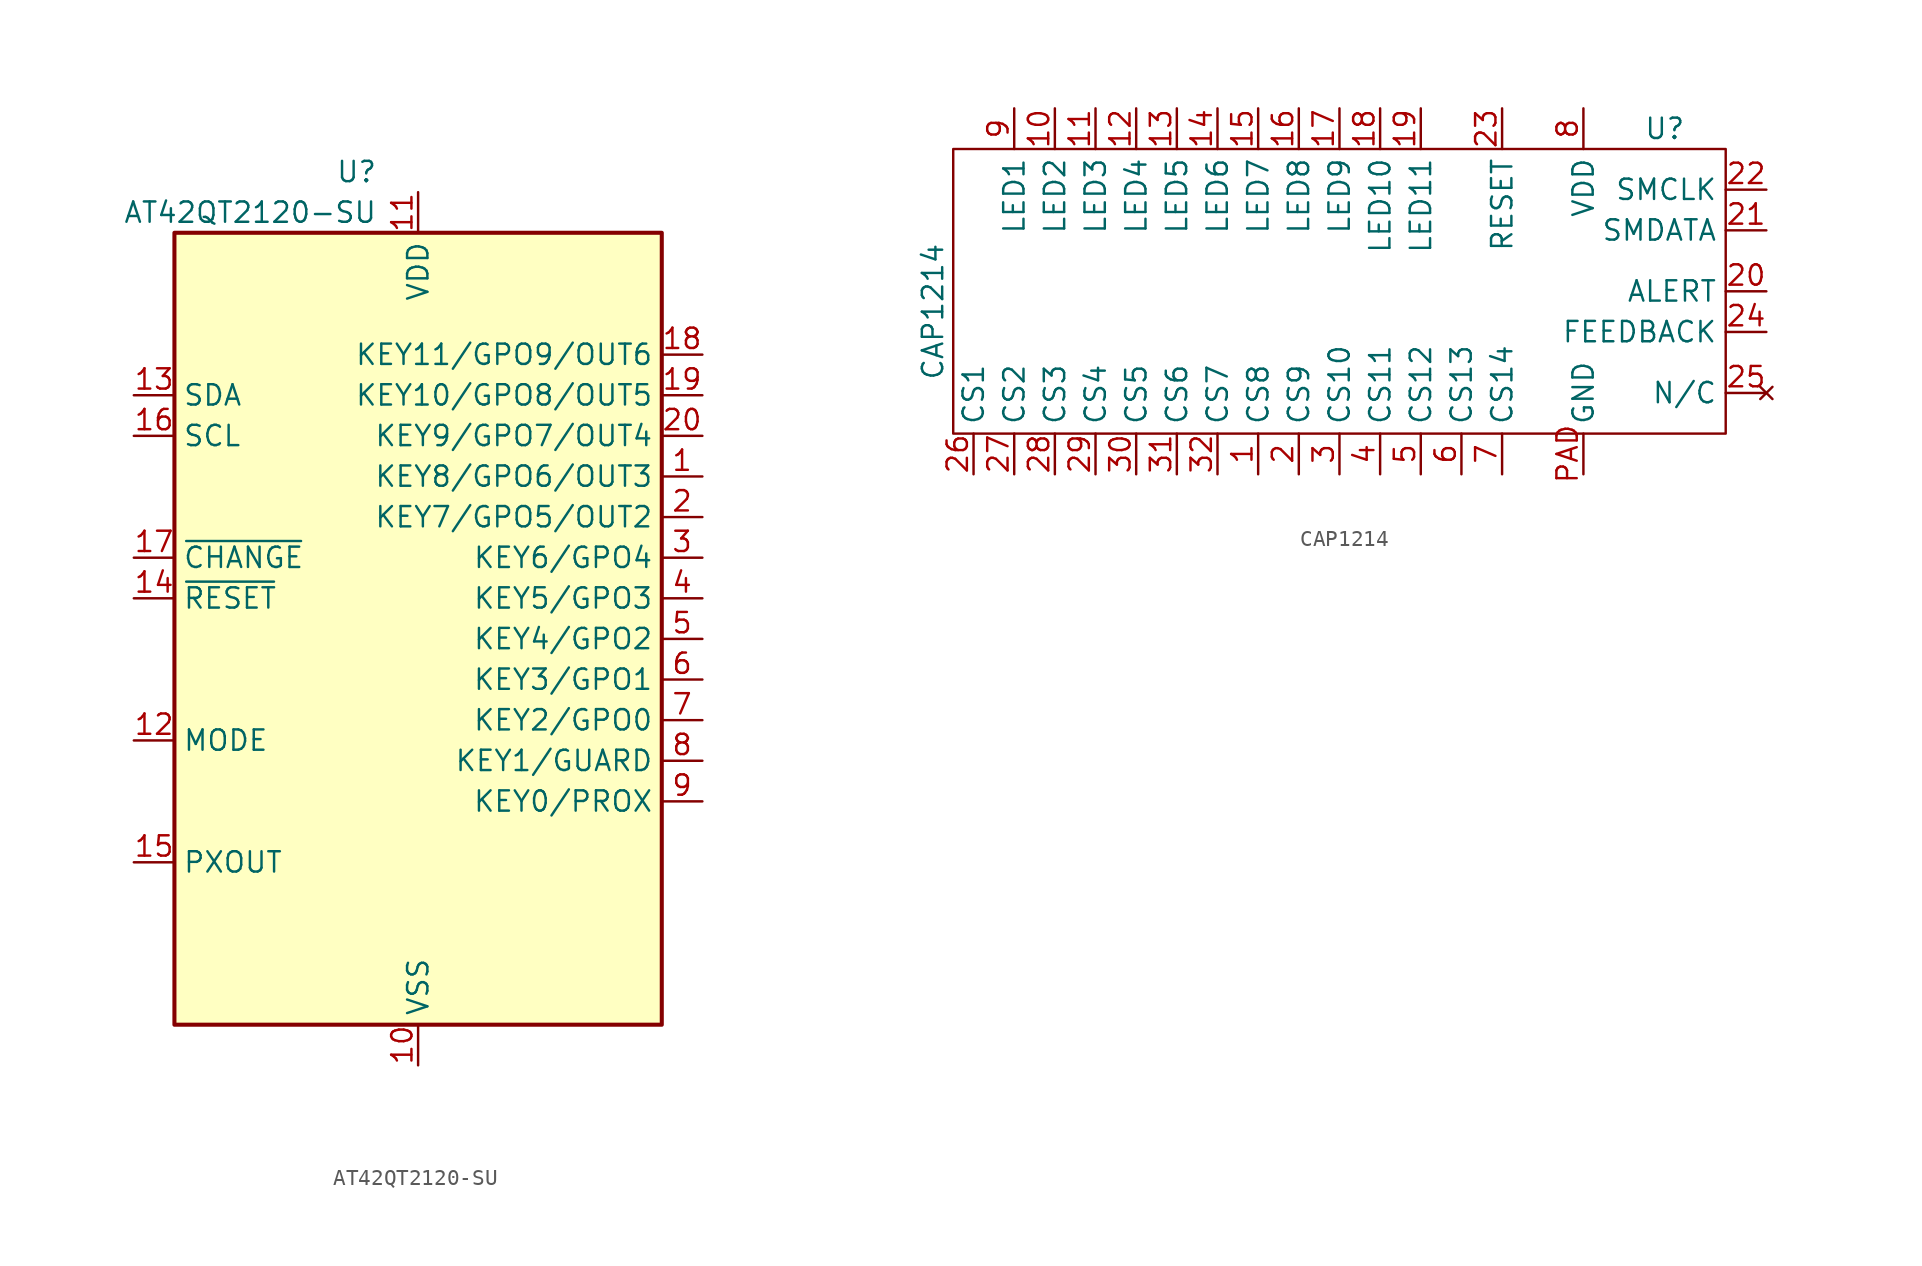
<source format=kicad_sym>
(kicad_symbol_lib
  (version 20211014)
  (generator kicad_symbol_editor)
  (symbol "AT42QT2120-SU"
    (property "Reference" "U"
      (at -2.54 39.37 0)
      (effects (font (size 1.27 1.27)) (justify right)))
    (property "Value" "AT42QT2120-SU"
      (at -2.54 36.83 0)
      (effects (font (size 1.27 1.27)) (justify right)))
    (symbol "AT42QT2120-SU_0_1"
      (rectangle (start -15.24 35.56) (end 15.24 -13.97) (stroke (width 0.254) (type default) (color 0 0 0 0)) (fill (type background))))
    (symbol "AT42QT2120-SU_1_1"
      (pin passive line (at 17.78 20.32 180) (length 2.54) (name "KEY8/GPO6/OUT3" (effects (font (size 1.27 1.27)))) (number "1" (effects (font (size 1.27 1.27)))))
      (pin passive line (at 0 -16.51 90) (length 2.54) hide (name "VSS" (effects (font (size 1.27 1.27)))) (number "10" (effects (font (size 1.27 1.27)))))
      (pin power_in line (at 0 -16.51 90) (length 2.54) (name "VSS" (effects (font (size 1.27 1.27)))) (number "10" (effects (font (size 1.27 1.27)))))
      (pin power_in line (at 0 38.1 270) (length 2.54) (name "VDD" (effects (font (size 1.27 1.27)))) (number "11" (effects (font (size 1.27 1.27)))))
      (pin input line (at -17.78 3.81 0) (length 2.54) (name "MODE" (effects (font (size 1.27 1.27)))) (number "12" (effects (font (size 1.27 1.27)))))
      (pin bidirectional line (at -17.78 25.4 0) (length 2.54) (name "SDA" (effects (font (size 1.27 1.27)))) (number "13" (effects (font (size 1.27 1.27)))))
      (pin input line (at -17.78 12.7 0) (length 2.54) (name "~{RESET}" (effects (font (size 1.27 1.27)))) (number "14" (effects (font (size 1.27 1.27)))))
      (pin output line (at -17.78 -3.81 0) (length 2.54) (name "PXOUT" (effects (font (size 1.27 1.27)))) (number "15" (effects (font (size 1.27 1.27)))))
      (pin input line (at -17.78 22.86 0) (length 2.54) (name "SCL" (effects (font (size 1.27 1.27)))) (number "16" (effects (font (size 1.27 1.27)))))
      (pin open_collector line (at -17.78 15.24 0) (length 2.54) (name "~{CHANGE}" (effects (font (size 1.27 1.27)))) (number "17" (effects (font (size 1.27 1.27)))))
      (pin passive line (at 17.78 27.94 180) (length 2.54) (name "KEY11/GPO9/OUT6" (effects (font (size 1.27 1.27)))) (number "18" (effects (font (size 1.27 1.27)))))
      (pin passive line (at 0 38.1 270) (length 2.54) hide (name "VDD" (effects (font (size 1.27 1.27)))) (number "18" (effects (font (size 1.27 1.27)))))
      (pin passive line (at 17.78 25.4 180) (length 2.54) (name "KEY10/GPO8/OUT5" (effects (font (size 1.27 1.27)))) (number "19" (effects (font (size 1.27 1.27)))))
      (pin passive line (at 17.78 17.78 180) (length 2.54) (name "KEY7/GPO5/OUT2" (effects (font (size 1.27 1.27)))) (number "2" (effects (font (size 1.27 1.27)))))
      (pin passive line (at 17.78 22.86 180) (length 2.54) (name "KEY9/GPO7/OUT4" (effects (font (size 1.27 1.27)))) (number "20" (effects (font (size 1.27 1.27)))))
      (pin passive line (at 17.78 15.24 180) (length 2.54) (name "KEY6/GPO4" (effects (font (size 1.27 1.27)))) (number "3" (effects (font (size 1.27 1.27)))))
      (pin passive line (at 0 -16.51 90) (length 2.54) hide (name "VSS" (effects (font (size 1.27 1.27)))) (number "33" (effects (font (size 1.27 1.27)))))
      (pin passive line (at 17.78 12.7 180) (length 2.54) (name "KEY5/GPO3" (effects (font (size 1.27 1.27)))) (number "4" (effects (font (size 1.27 1.27)))))
      (pin passive line (at 17.78 10.16 180) (length 2.54) (name "KEY4/GPO2" (effects (font (size 1.27 1.27)))) (number "5" (effects (font (size 1.27 1.27)))))
      (pin passive line (at 17.78 7.62 180) (length 2.54) (name "KEY3/GPO1" (effects (font (size 1.27 1.27)))) (number "6" (effects (font (size 1.27 1.27)))))
      (pin passive line (at 17.78 5.08 180) (length 2.54) (name "KEY2/GPO0" (effects (font (size 1.27 1.27)))) (number "7" (effects (font (size 1.27 1.27)))))
      (pin passive line (at 17.78 2.54 180) (length 2.54) (name "KEY1/GUARD" (effects (font (size 1.27 1.27)))) (number "8" (effects (font (size 1.27 1.27)))))
      (pin passive line (at 17.78 0 180) (length 2.54) (name "KEY0/PROX" (effects (font (size 1.27 1.27)))) (number "9" (effects (font (size 1.27 1.27)))))))
  (symbol "CAP1214"
    (property "Reference" "U"
      (at 26.67 15.24 0)
      (effects (font (size 1.27 1.27))))
    (property "Value" "CAP1214"
      (at -19.05 3.81 90)
      (effects (font (size 1.27 1.27))))
    (symbol "CAP1214_0_1"
      (rectangle (start -17.78 13.97) (end 30.48 -3.81) (stroke (width 0.152) (type default) (color 0 0 0 0)) (fill (type none))))
    (symbol "CAP1214_1_1"
      (pin bidirectional line (at 1.27 -6.35 90) (length 2.54) (name "CS8" (effects (font (size 1.27 1.27)))) (number "1" (effects (font (size 1.27 1.27)))))
      (pin open_collector line (at -11.43 16.51 270) (length 2.54) (name "LED2" (effects (font (size 1.27 1.27)))) (number "10" (effects (font (size 1.27 1.27)))))
      (pin open_collector line (at -8.89 16.51 270) (length 2.54) (name "LED3" (effects (font (size 1.27 1.27)))) (number "11" (effects (font (size 1.27 1.27)))))
      (pin open_collector line (at -6.35 16.51 270) (length 2.54) (name "LED4" (effects (font (size 1.27 1.27)))) (number "12" (effects (font (size 1.27 1.27)))))
      (pin open_collector line (at -3.81 16.51 270) (length 2.54) (name "LED5" (effects (font (size 1.27 1.27)))) (number "13" (effects (font (size 1.27 1.27)))))
      (pin open_collector line (at -1.27 16.51 270) (length 2.54) (name "LED6" (effects (font (size 1.27 1.27)))) (number "14" (effects (font (size 1.27 1.27)))))
      (pin open_collector line (at 1.27 16.51 270) (length 2.54) (name "LED7" (effects (font (size 1.27 1.27)))) (number "15" (effects (font (size 1.27 1.27)))))
      (pin open_collector line (at 3.81 16.51 270) (length 2.54) (name "LED8" (effects (font (size 1.27 1.27)))) (number "16" (effects (font (size 1.27 1.27)))))
      (pin open_collector line (at 6.35 16.51 270) (length 2.54) (name "LED9" (effects (font (size 1.27 1.27)))) (number "17" (effects (font (size 1.27 1.27)))))
      (pin open_collector line (at 8.89 16.51 270) (length 2.54) (name "LED10" (effects (font (size 1.27 1.27)))) (number "18" (effects (font (size 1.27 1.27)))))
      (pin open_collector line (at 11.43 16.51 270) (length 2.54) (name "LED11" (effects (font (size 1.27 1.27)))) (number "19" (effects (font (size 1.27 1.27)))))
      (pin bidirectional line (at 3.81 -6.35 90) (length 2.54) (name "CS9" (effects (font (size 1.27 1.27)))) (number "2" (effects (font (size 1.27 1.27)))))
      (pin bidirectional line (at 33.02 5.08 180) (length 2.54) (name "ALERT" (effects (font (size 1.27 1.27)))) (number "20" (effects (font (size 1.27 1.27)))))
      (pin bidirectional line (at 33.02 8.89 180) (length 2.54) (name "SMDATA" (effects (font (size 1.27 1.27)))) (number "21" (effects (font (size 1.27 1.27)))))
      (pin input line (at 33.02 11.43 180) (length 2.54) (name "SMCLK" (effects (font (size 1.27 1.27)))) (number "22" (effects (font (size 1.27 1.27)))))
      (pin input line (at 16.51 16.51 270) (length 2.54) (name "RESET" (effects (font (size 1.27 1.27)))) (number "23" (effects (font (size 1.27 1.27)))))
      (pin output line (at 33.02 2.54 180) (length 2.54) (name "FEEDBACK" (effects (font (size 1.27 1.27)))) (number "24" (effects (font (size 1.27 1.27)))))
      (pin no_connect line (at 33.02 -1.27 180) (length 2.54) (name "N/C" (effects (font (size 1.27 1.27)))) (number "25" (effects (font (size 1.27 1.27)))))
      (pin bidirectional line (at -16.51 -6.35 90) (length 2.54) (name "CS1" (effects (font (size 1.27 1.27)))) (number "26" (effects (font (size 1.27 1.27)))))
      (pin bidirectional line (at -13.97 -6.35 90) (length 2.54) (name "CS2" (effects (font (size 1.27 1.27)))) (number "27" (effects (font (size 1.27 1.27)))))
      (pin bidirectional line (at -11.43 -6.35 90) (length 2.54) (name "CS3" (effects (font (size 1.27 1.27)))) (number "28" (effects (font (size 1.27 1.27)))))
      (pin bidirectional line (at -8.89 -6.35 90) (length 2.54) (name "CS4" (effects (font (size 1.27 1.27)))) (number "29" (effects (font (size 1.27 1.27)))))
      (pin bidirectional line (at 6.35 -6.35 90) (length 2.54) (name "CS10" (effects (font (size 1.27 1.27)))) (number "3" (effects (font (size 1.27 1.27)))))
      (pin bidirectional line (at -6.35 -6.35 90) (length 2.54) (name "CS5" (effects (font (size 1.27 1.27)))) (number "30" (effects (font (size 1.27 1.27)))))
      (pin bidirectional line (at -3.81 -6.35 90) (length 2.54) (name "CS6" (effects (font (size 1.27 1.27)))) (number "31" (effects (font (size 1.27 1.27)))))
      (pin bidirectional line (at -1.27 -6.35 90) (length 2.54) (name "CS7" (effects (font (size 1.27 1.27)))) (number "32" (effects (font (size 1.27 1.27)))))
      (pin bidirectional line (at 8.89 -6.35 90) (length 2.54) (name "CS11" (effects (font (size 1.27 1.27)))) (number "4" (effects (font (size 1.27 1.27)))))
      (pin bidirectional line (at 11.43 -6.35 90) (length 2.54) (name "CS12" (effects (font (size 1.27 1.27)))) (number "5" (effects (font (size 1.27 1.27)))))
      (pin bidirectional line (at 13.97 -6.35 90) (length 2.54) (name "CS13" (effects (font (size 1.27 1.27)))) (number "6" (effects (font (size 1.27 1.27)))))
      (pin bidirectional line (at 16.51 -6.35 90) (length 2.54) (name "CS14" (effects (font (size 1.27 1.27)))) (number "7" (effects (font (size 1.27 1.27)))))
      (pin power_in line (at 21.59 16.51 270) (length 2.54) (name "VDD" (effects (font (size 1.27 1.27)))) (number "8" (effects (font (size 1.27 1.27)))))
      (pin open_collector line (at -13.97 16.51 270) (length 2.54) (name "LED1" (effects (font (size 1.27 1.27)))) (number "9" (effects (font (size 1.27 1.27)))))
      (pin power_in line (at 21.59 -6.35 90) (length 2.54) (name "GND" (effects (font (size 1.27 1.27)))) (number "PAD" (effects (font (size 1.27 1.27))))))))
</source>
